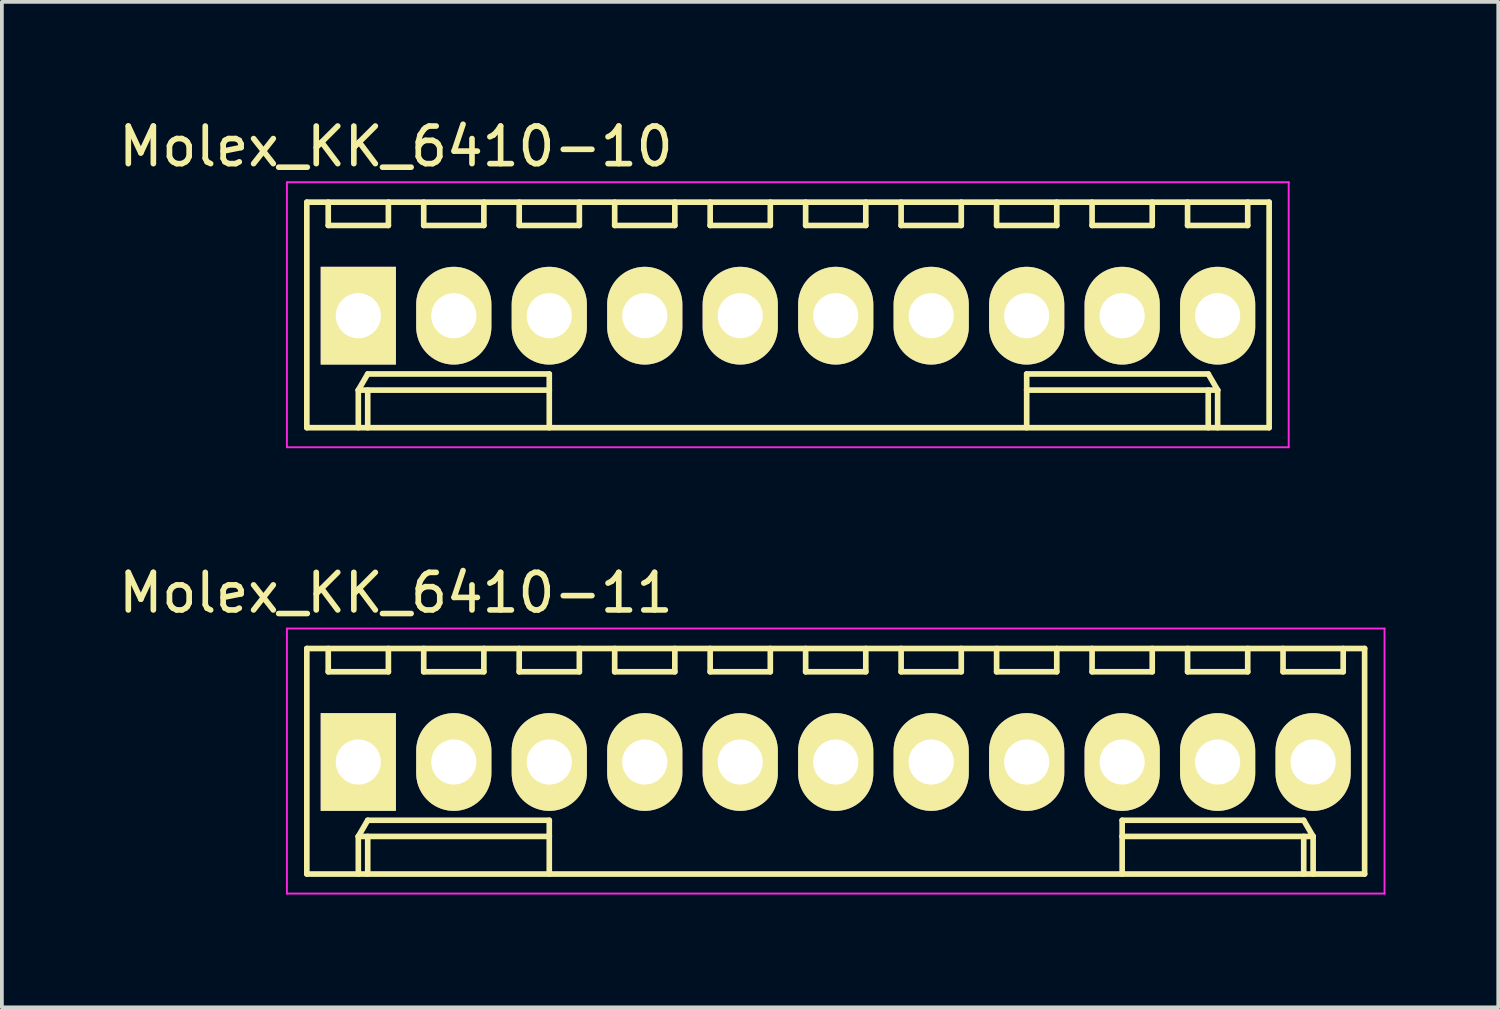
<source format=kicad_pcb>
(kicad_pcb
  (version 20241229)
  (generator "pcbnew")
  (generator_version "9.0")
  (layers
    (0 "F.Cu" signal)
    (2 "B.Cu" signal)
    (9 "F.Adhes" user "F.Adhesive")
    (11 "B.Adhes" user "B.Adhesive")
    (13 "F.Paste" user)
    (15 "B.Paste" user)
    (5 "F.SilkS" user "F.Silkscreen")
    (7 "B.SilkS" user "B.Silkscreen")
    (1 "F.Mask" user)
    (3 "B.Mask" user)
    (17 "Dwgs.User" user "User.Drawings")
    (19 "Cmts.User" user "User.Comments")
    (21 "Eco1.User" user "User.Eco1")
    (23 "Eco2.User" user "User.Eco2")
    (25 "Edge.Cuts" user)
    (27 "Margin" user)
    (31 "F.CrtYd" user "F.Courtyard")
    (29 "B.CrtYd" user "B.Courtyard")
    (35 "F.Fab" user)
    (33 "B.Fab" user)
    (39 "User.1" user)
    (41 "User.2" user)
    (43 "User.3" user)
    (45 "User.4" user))
  (footprint "Molex_KK_6410-10"
    (layer "F.Cu")
    (at 6.482 5.348)
    (property "Reference" "Molex_KK_6410-10" (at 1 -4.5 0) (layer "F.SilkS") (effects (font (size 1 1) (thickness 0.15))))
    (attr through_hole)
    (fp_line (start -1.37 -3.02) (end -1.37 2.98) (stroke (width 0.15) (type solid)) (layer "F.SilkS"))
    (fp_line (start -1.37 2.98) (end 24.23 2.98) (stroke (width 0.15) (type solid)) (layer "F.SilkS"))
    (fp_line (start -0.8 -3.02) (end -0.8 -2.4) (stroke (width 0.15) (type solid)) (layer "F.SilkS"))
    (fp_line (start -0.8 -2.4) (end 0.8 -2.4) (stroke (width 0.15) (type solid)) (layer "F.SilkS"))
    (fp_line (start 0 1.98) (end 0.25 1.55) (stroke (width 0.15) (type solid)) (layer "F.SilkS"))
    (fp_line (start 0 1.98) (end 5.08 1.98) (stroke (width 0.15) (type solid)) (layer "F.SilkS"))
    (fp_line (start 0 2.98) (end 0 1.98) (stroke (width 0.15) (type solid)) (layer "F.SilkS"))
    (fp_line (start 0.25 1.55) (end 5.08 1.55) (stroke (width 0.15) (type solid)) (layer "F.SilkS"))
    (fp_line (start 0.25 2.98) (end 0.25 1.98) (stroke (width 0.15) (type solid)) (layer "F.SilkS"))
    (fp_line (start 0.8 -2.4) (end 0.8 -3.02) (stroke (width 0.15) (type solid)) (layer "F.SilkS"))
    (fp_line (start 1.74 -3.02) (end 1.74 -2.4) (stroke (width 0.15) (type solid)) (layer "F.SilkS"))
    (fp_line (start 1.74 -2.4) (end 3.34 -2.4) (stroke (width 0.15) (type solid)) (layer "F.SilkS"))
    (fp_line (start 3.34 -2.4) (end 3.34 -3.02) (stroke (width 0.15) (type solid)) (layer "F.SilkS"))
    (fp_line (start 4.28 -3.02) (end 4.28 -2.4) (stroke (width 0.15) (type solid)) (layer "F.SilkS"))
    (fp_line (start 4.28 -2.4) (end 5.88 -2.4) (stroke (width 0.15) (type solid)) (layer "F.SilkS"))
    (fp_line (start 5.08 1.55) (end 5.08 1.98) (stroke (width 0.15) (type solid)) (layer "F.SilkS"))
    (fp_line (start 5.08 1.98) (end 5.08 2.98) (stroke (width 0.15) (type solid)) (layer "F.SilkS"))
    (fp_line (start 5.88 -2.4) (end 5.88 -3.02) (stroke (width 0.15) (type solid)) (layer "F.SilkS"))
    (fp_line (start 6.82 -3.02) (end 6.82 -2.4) (stroke (width 0.15) (type solid)) (layer "F.SilkS"))
    (fp_line (start 6.82 -2.4) (end 8.42 -2.4) (stroke (width 0.15) (type solid)) (layer "F.SilkS"))
    (fp_line (start 8.42 -2.4) (end 8.42 -3.02) (stroke (width 0.15) (type solid)) (layer "F.SilkS"))
    (fp_line (start 9.36 -3.02) (end 9.36 -2.4) (stroke (width 0.15) (type solid)) (layer "F.SilkS"))
    (fp_line (start 9.36 -2.4) (end 10.96 -2.4) (stroke (width 0.15) (type solid)) (layer "F.SilkS"))
    (fp_line (start 10.96 -2.4) (end 10.96 -3.02) (stroke (width 0.15) (type solid)) (layer "F.SilkS"))
    (fp_line (start 11.9 -3.02) (end 11.9 -2.4) (stroke (width 0.15) (type solid)) (layer "F.SilkS"))
    (fp_line (start 11.9 -2.4) (end 13.5 -2.4) (stroke (width 0.15) (type solid)) (layer "F.SilkS"))
    (fp_line (start 13.5 -2.4) (end 13.5 -3.02) (stroke (width 0.15) (type solid)) (layer "F.SilkS"))
    (fp_line (start 14.44 -3.02) (end 14.44 -2.4) (stroke (width 0.15) (type solid)) (layer "F.SilkS"))
    (fp_line (start 14.44 -2.4) (end 16.04 -2.4) (stroke (width 0.15) (type solid)) (layer "F.SilkS"))
    (fp_line (start 16.04 -2.4) (end 16.04 -3.02) (stroke (width 0.15) (type solid)) (layer "F.SilkS"))
    (fp_line (start 16.98 -3.02) (end 16.98 -2.4) (stroke (width 0.15) (type solid)) (layer "F.SilkS"))
    (fp_line (start 16.98 -2.4) (end 18.58 -2.4) (stroke (width 0.15) (type solid)) (layer "F.SilkS"))
    (fp_line (start 17.78 1.55) (end 17.78 1.98) (stroke (width 0.15) (type solid)) (layer "F.SilkS"))
    (fp_line (start 17.78 1.98) (end 17.78 2.98) (stroke (width 0.15) (type solid)) (layer "F.SilkS"))
    (fp_line (start 18.58 -2.4) (end 18.58 -3.02) (stroke (width 0.15) (type solid)) (layer "F.SilkS"))
    (fp_line (start 19.52 -3.02) (end 19.52 -2.4) (stroke (width 0.15) (type solid)) (layer "F.SilkS"))
    (fp_line (start 19.52 -2.4) (end 21.12 -2.4) (stroke (width 0.15) (type solid)) (layer "F.SilkS"))
    (fp_line (start 21.12 -2.4) (end 21.12 -3.02) (stroke (width 0.15) (type solid)) (layer "F.SilkS"))
    (fp_line (start 22.06 -3.02) (end 22.06 -2.4) (stroke (width 0.15) (type solid)) (layer "F.SilkS"))
    (fp_line (start 22.06 -2.4) (end 23.66 -2.4) (stroke (width 0.15) (type solid)) (layer "F.SilkS"))
    (fp_line (start 22.61 1.55) (end 17.78 1.55) (stroke (width 0.15) (type solid)) (layer "F.SilkS"))
    (fp_line (start 22.61 2.98) (end 22.61 1.98) (stroke (width 0.15) (type solid)) (layer "F.SilkS"))
    (fp_line (start 22.86 1.98) (end 17.78 1.98) (stroke (width 0.15) (type solid)) (layer "F.SilkS"))
    (fp_line (start 22.86 1.98) (end 22.61 1.55) (stroke (width 0.15) (type solid)) (layer "F.SilkS"))
    (fp_line (start 22.86 2.98) (end 22.86 1.98) (stroke (width 0.15) (type solid)) (layer "F.SilkS"))
    (fp_line (start 23.66 -2.4) (end 23.66 -3.02) (stroke (width 0.15) (type solid)) (layer "F.SilkS"))
    (fp_line (start 24.23 -3.02) (end -1.37 -3.02) (stroke (width 0.15) (type solid)) (layer "F.SilkS"))
    (fp_line (start 24.23 2.98) (end 24.23 -3.02) (stroke (width 0.15) (type solid)) (layer "F.SilkS"))
    (fp_line (start -1.9 -3.55) (end 24.75 -3.55) (stroke (width 0.05) (type solid)) (layer "F.CrtYd"))
    (fp_line (start -1.9 3.5) (end -1.9 -3.55) (stroke (width 0.05) (type solid)) (layer "F.CrtYd"))
    (fp_line (start 24.75 -3.55) (end 24.75 3.5) (stroke (width 0.05) (type solid)) (layer "F.CrtYd"))
    (fp_line (start 24.75 3.5) (end -1.9 3.5) (stroke (width 0.05) (type solid)) (layer "F.CrtYd"))
    (pad "1" thru_hole rect (at 0 0) (size 2 2.6) (drill 1.2) (layers "*.Cu" "*.Mask" "F.SilkS"))
    (pad "2" thru_hole oval (at 2.54 0) (size 2 2.6) (drill 1.2) (layers "*.Cu" "*.Mask" "F.SilkS"))
    (pad "3" thru_hole oval (at 5.08 0) (size 2 2.6) (drill 1.2) (layers "*.Cu" "*.Mask" "F.SilkS"))
    (pad "4" thru_hole oval (at 7.62 0) (size 2 2.6) (drill 1.2) (layers "*.Cu" "*.Mask" "F.SilkS"))
    (pad "5" thru_hole oval (at 10.16 0) (size 2 2.6) (drill 1.2) (layers "*.Cu" "*.Mask" "F.SilkS"))
    (pad "6" thru_hole oval (at 12.7 0) (size 2 2.6) (drill 1.2) (layers "*.Cu" "*.Mask" "F.SilkS"))
    (pad "7" thru_hole oval (at 15.24 0) (size 2 2.6) (drill 1.2) (layers "*.Cu" "*.Mask" "F.SilkS"))
    (pad "8" thru_hole oval (at 17.78 0) (size 2 2.6) (drill 1.2) (layers "*.Cu" "*.Mask" "F.SilkS"))
    (pad "9" thru_hole oval (at 20.32 0) (size 2 2.6) (drill 1.2) (layers "*.Cu" "*.Mask" "F.SilkS"))
    (pad "10" thru_hole oval (at 22.86 0) (size 2 2.6) (drill 1.2) (layers "*.Cu" "*.Mask" "F.SilkS")))
  (footprint "Molex_KK_6410-11"
    (layer "F.Cu")
    (at 6.482 17.221)
    (property "Reference" "Molex_KK_6410-11" (at 1 -4.5 0) (layer "F.SilkS") (effects (font (size 1 1) (thickness 0.15))))
    (attr through_hole)
    (fp_line (start -1.37 -3.02) (end -1.37 2.98) (stroke (width 0.15) (type solid)) (layer "F.SilkS"))
    (fp_line (start -1.37 2.98) (end 26.77 2.98) (stroke (width 0.15) (type solid)) (layer "F.SilkS"))
    (fp_line (start -0.8 -3.02) (end -0.8 -2.4) (stroke (width 0.15) (type solid)) (layer "F.SilkS"))
    (fp_line (start -0.8 -2.4) (end 0.8 -2.4) (stroke (width 0.15) (type solid)) (layer "F.SilkS"))
    (fp_line (start 0 1.98) (end 0.25 1.55) (stroke (width 0.15) (type solid)) (layer "F.SilkS"))
    (fp_line (start 0 1.98) (end 5.08 1.98) (stroke (width 0.15) (type solid)) (layer "F.SilkS"))
    (fp_line (start 0 2.98) (end 0 1.98) (stroke (width 0.15) (type solid)) (layer "F.SilkS"))
    (fp_line (start 0.25 1.55) (end 5.08 1.55) (stroke (width 0.15) (type solid)) (layer "F.SilkS"))
    (fp_line (start 0.25 2.98) (end 0.25 1.98) (stroke (width 0.15) (type solid)) (layer "F.SilkS"))
    (fp_line (start 0.8 -2.4) (end 0.8 -3.02) (stroke (width 0.15) (type solid)) (layer "F.SilkS"))
    (fp_line (start 1.74 -3.02) (end 1.74 -2.4) (stroke (width 0.15) (type solid)) (layer "F.SilkS"))
    (fp_line (start 1.74 -2.4) (end 3.34 -2.4) (stroke (width 0.15) (type solid)) (layer "F.SilkS"))
    (fp_line (start 3.34 -2.4) (end 3.34 -3.02) (stroke (width 0.15) (type solid)) (layer "F.SilkS"))
    (fp_line (start 4.28 -3.02) (end 4.28 -2.4) (stroke (width 0.15) (type solid)) (layer "F.SilkS"))
    (fp_line (start 4.28 -2.4) (end 5.88 -2.4) (stroke (width 0.15) (type solid)) (layer "F.SilkS"))
    (fp_line (start 5.08 1.55) (end 5.08 1.98) (stroke (width 0.15) (type solid)) (layer "F.SilkS"))
    (fp_line (start 5.08 1.98) (end 5.08 2.98) (stroke (width 0.15) (type solid)) (layer "F.SilkS"))
    (fp_line (start 5.88 -2.4) (end 5.88 -3.02) (stroke (width 0.15) (type solid)) (layer "F.SilkS"))
    (fp_line (start 6.82 -3.02) (end 6.82 -2.4) (stroke (width 0.15) (type solid)) (layer "F.SilkS"))
    (fp_line (start 6.82 -2.4) (end 8.42 -2.4) (stroke (width 0.15) (type solid)) (layer "F.SilkS"))
    (fp_line (start 8.42 -2.4) (end 8.42 -3.02) (stroke (width 0.15) (type solid)) (layer "F.SilkS"))
    (fp_line (start 9.36 -3.02) (end 9.36 -2.4) (stroke (width 0.15) (type solid)) (layer "F.SilkS"))
    (fp_line (start 9.36 -2.4) (end 10.96 -2.4) (stroke (width 0.15) (type solid)) (layer "F.SilkS"))
    (fp_line (start 10.96 -2.4) (end 10.96 -3.02) (stroke (width 0.15) (type solid)) (layer "F.SilkS"))
    (fp_line (start 11.9 -3.02) (end 11.9 -2.4) (stroke (width 0.15) (type solid)) (layer "F.SilkS"))
    (fp_line (start 11.9 -2.4) (end 13.5 -2.4) (stroke (width 0.15) (type solid)) (layer "F.SilkS"))
    (fp_line (start 13.5 -2.4) (end 13.5 -3.02) (stroke (width 0.15) (type solid)) (layer "F.SilkS"))
    (fp_line (start 14.44 -3.02) (end 14.44 -2.4) (stroke (width 0.15) (type solid)) (layer "F.SilkS"))
    (fp_line (start 14.44 -2.4) (end 16.04 -2.4) (stroke (width 0.15) (type solid)) (layer "F.SilkS"))
    (fp_line (start 16.04 -2.4) (end 16.04 -3.02) (stroke (width 0.15) (type solid)) (layer "F.SilkS"))
    (fp_line (start 16.98 -3.02) (end 16.98 -2.4) (stroke (width 0.15) (type solid)) (layer "F.SilkS"))
    (fp_line (start 16.98 -2.4) (end 18.58 -2.4) (stroke (width 0.15) (type solid)) (layer "F.SilkS"))
    (fp_line (start 18.58 -2.4) (end 18.58 -3.02) (stroke (width 0.15) (type solid)) (layer "F.SilkS"))
    (fp_line (start 19.52 -3.02) (end 19.52 -2.4) (stroke (width 0.15) (type solid)) (layer "F.SilkS"))
    (fp_line (start 19.52 -2.4) (end 21.12 -2.4) (stroke (width 0.15) (type solid)) (layer "F.SilkS"))
    (fp_line (start 20.32 1.55) (end 20.32 1.98) (stroke (width 0.15) (type solid)) (layer "F.SilkS"))
    (fp_line (start 20.32 1.98) (end 20.32 2.98) (stroke (width 0.15) (type solid)) (layer "F.SilkS"))
    (fp_line (start 21.12 -2.4) (end 21.12 -3.02) (stroke (width 0.15) (type solid)) (layer "F.SilkS"))
    (fp_line (start 22.06 -3.02) (end 22.06 -2.4) (stroke (width 0.15) (type solid)) (layer "F.SilkS"))
    (fp_line (start 22.06 -2.4) (end 23.66 -2.4) (stroke (width 0.15) (type solid)) (layer "F.SilkS"))
    (fp_line (start 23.66 -2.4) (end 23.66 -3.02) (stroke (width 0.15) (type solid)) (layer "F.SilkS"))
    (fp_line (start 24.6 -3.02) (end 24.6 -2.4) (stroke (width 0.15) (type solid)) (layer "F.SilkS"))
    (fp_line (start 24.6 -2.4) (end 26.2 -2.4) (stroke (width 0.15) (type solid)) (layer "F.SilkS"))
    (fp_line (start 25.15 1.55) (end 20.32 1.55) (stroke (width 0.15) (type solid)) (layer "F.SilkS"))
    (fp_line (start 25.15 2.98) (end 25.15 1.98) (stroke (width 0.15) (type solid)) (layer "F.SilkS"))
    (fp_line (start 25.4 1.98) (end 20.32 1.98) (stroke (width 0.15) (type solid)) (layer "F.SilkS"))
    (fp_line (start 25.4 1.98) (end 25.15 1.55) (stroke (width 0.15) (type solid)) (layer "F.SilkS"))
    (fp_line (start 25.4 2.98) (end 25.4 1.98) (stroke (width 0.15) (type solid)) (layer "F.SilkS"))
    (fp_line (start 26.2 -2.4) (end 26.2 -3.02) (stroke (width 0.15) (type solid)) (layer "F.SilkS"))
    (fp_line (start 26.77 -3.02) (end -1.37 -3.02) (stroke (width 0.15) (type solid)) (layer "F.SilkS"))
    (fp_line (start 26.77 2.98) (end 26.77 -3.02) (stroke (width 0.15) (type solid)) (layer "F.SilkS"))
    (fp_line (start -1.9 -3.55) (end 27.3 -3.55) (stroke (width 0.05) (type solid)) (layer "F.CrtYd"))
    (fp_line (start -1.9 3.5) (end -1.9 -3.55) (stroke (width 0.05) (type solid)) (layer "F.CrtYd"))
    (fp_line (start 27.3 -3.55) (end 27.3 3.5) (stroke (width 0.05) (type solid)) (layer "F.CrtYd"))
    (fp_line (start 27.3 3.5) (end -1.9 3.5) (stroke (width 0.05) (type solid)) (layer "F.CrtYd"))
    (pad "1" thru_hole rect (at 0 0) (size 2 2.6) (drill 1.2) (layers "*.Cu" "*.Mask" "F.SilkS"))
    (pad "2" thru_hole oval (at 2.54 0) (size 2 2.6) (drill 1.2) (layers "*.Cu" "*.Mask" "F.SilkS"))
    (pad "3" thru_hole oval (at 5.08 0) (size 2 2.6) (drill 1.2) (layers "*.Cu" "*.Mask" "F.SilkS"))
    (pad "4" thru_hole oval (at 7.62 0) (size 2 2.6) (drill 1.2) (layers "*.Cu" "*.Mask" "F.SilkS"))
    (pad "5" thru_hole oval (at 10.16 0) (size 2 2.6) (drill 1.2) (layers "*.Cu" "*.Mask" "F.SilkS"))
    (pad "6" thru_hole oval (at 12.7 0) (size 2 2.6) (drill 1.2) (layers "*.Cu" "*.Mask" "F.SilkS"))
    (pad "7" thru_hole oval (at 15.24 0) (size 2 2.6) (drill 1.2) (layers "*.Cu" "*.Mask" "F.SilkS"))
    (pad "8" thru_hole oval (at 17.78 0) (size 2 2.6) (drill 1.2) (layers "*.Cu" "*.Mask" "F.SilkS"))
    (pad "9" thru_hole oval (at 20.32 0) (size 2 2.6) (drill 1.2) (layers "*.Cu" "*.Mask" "F.SilkS"))
    (pad "10" thru_hole oval (at 22.86 0) (size 2 2.6) (drill 1.2) (layers "*.Cu" "*.Mask" "F.SilkS"))
    (pad "11" thru_hole oval (at 25.4 0) (size 2 2.6) (drill 1.2) (layers "*.Cu" "*.Mask" "F.SilkS")))
  (gr_rect
    (start -3 -3)
    (end 36.807 23.747)
    (stroke (width 0.1) (type default))
    (fill no)
    (layer "Edge.Cuts")))
</source>
